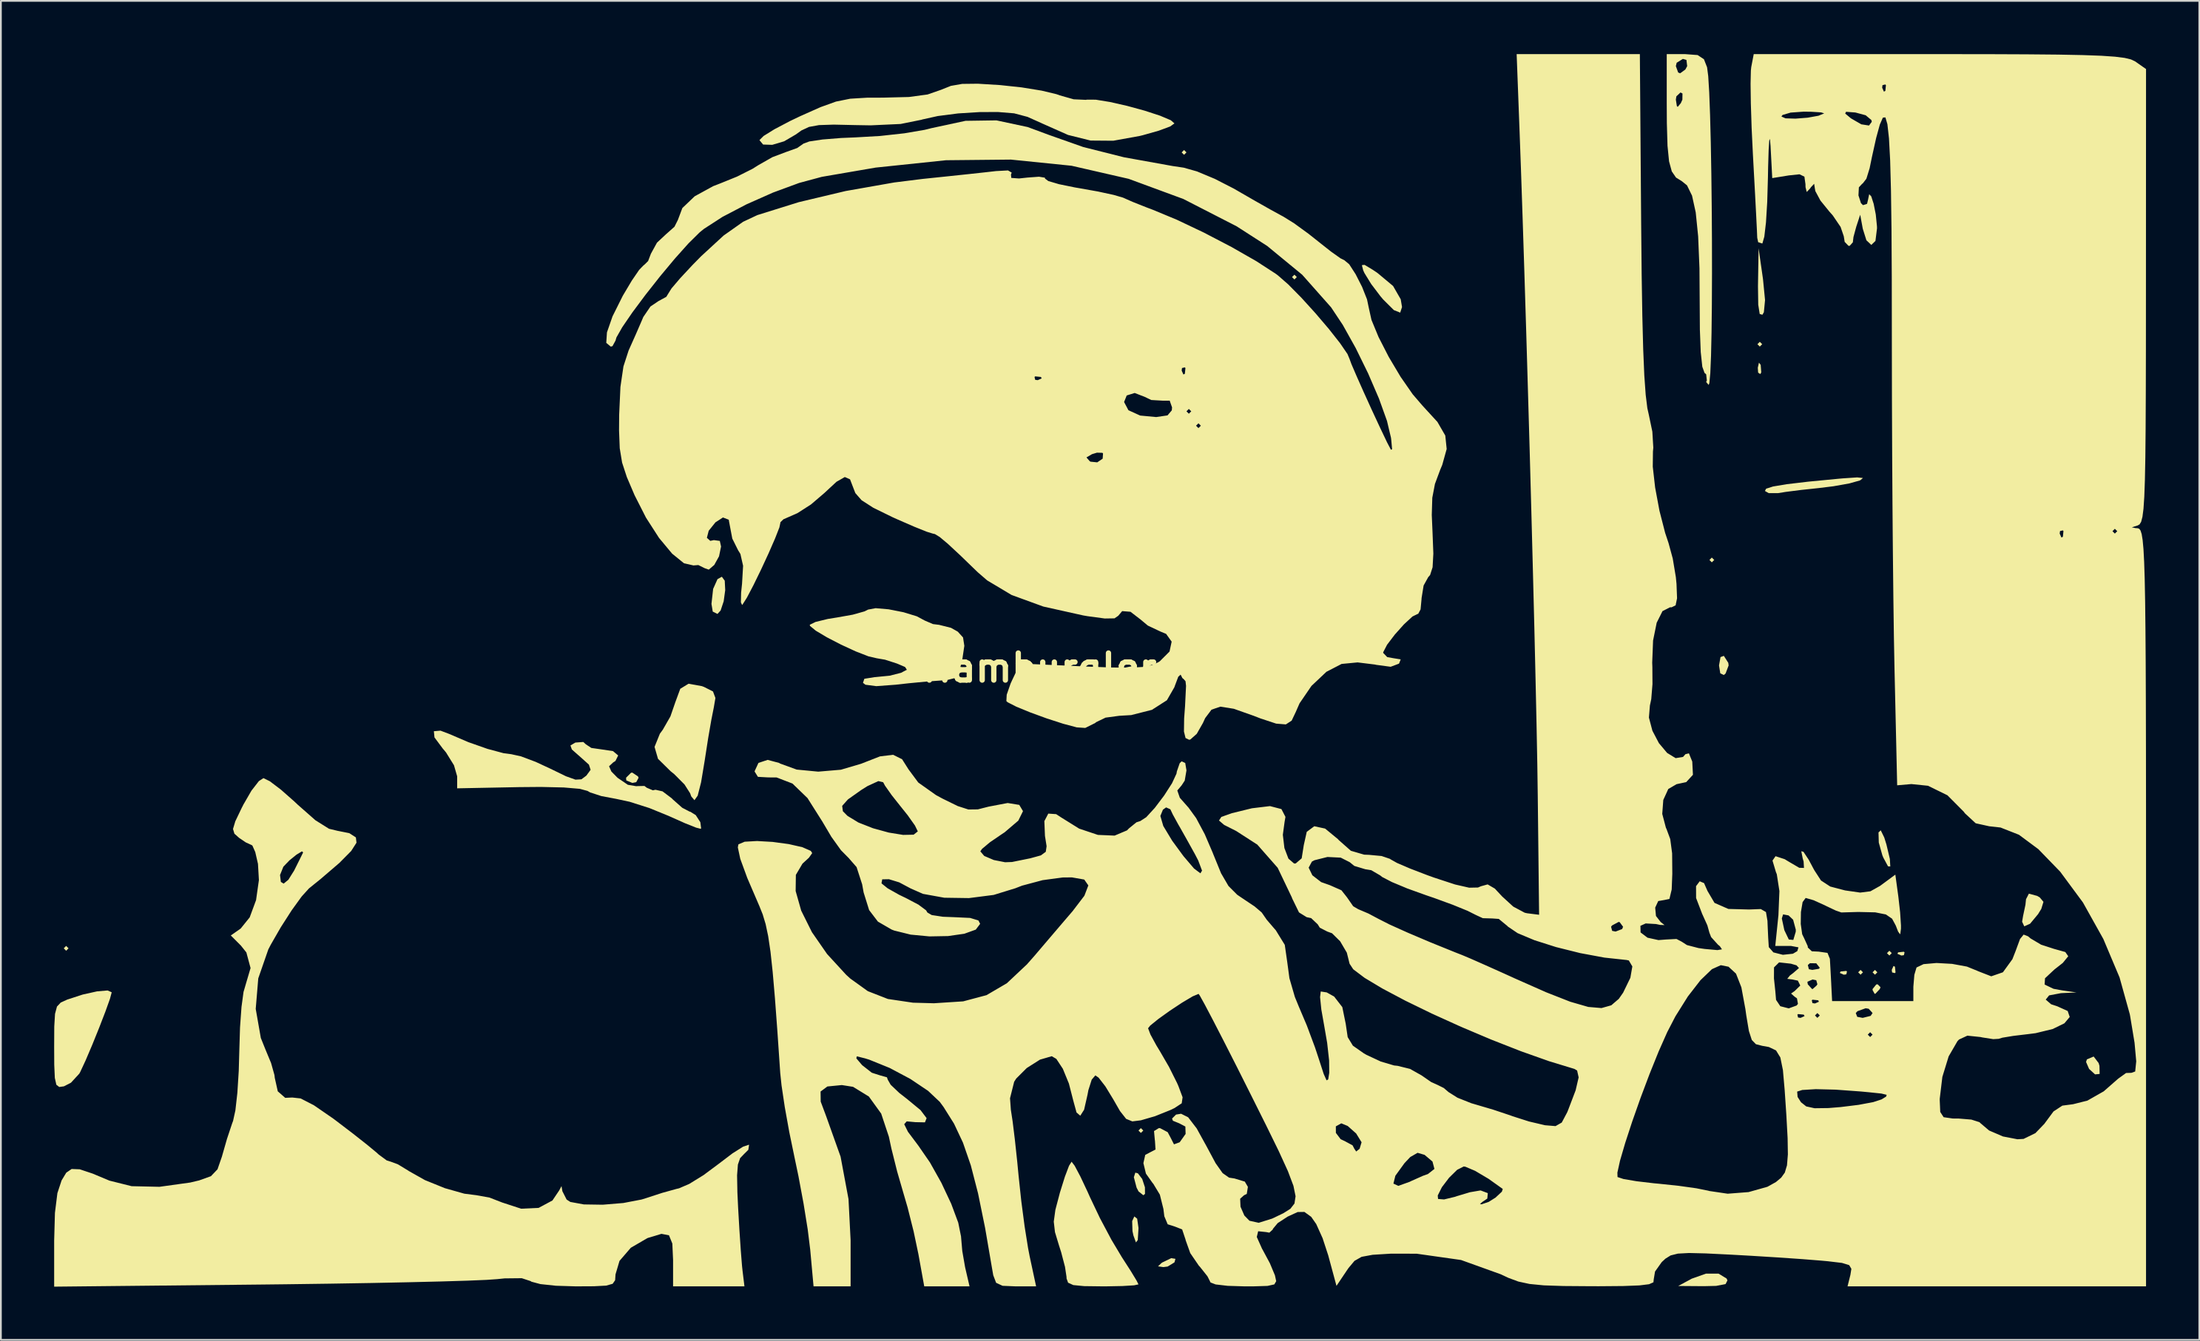
<source format=kicad_pcb>
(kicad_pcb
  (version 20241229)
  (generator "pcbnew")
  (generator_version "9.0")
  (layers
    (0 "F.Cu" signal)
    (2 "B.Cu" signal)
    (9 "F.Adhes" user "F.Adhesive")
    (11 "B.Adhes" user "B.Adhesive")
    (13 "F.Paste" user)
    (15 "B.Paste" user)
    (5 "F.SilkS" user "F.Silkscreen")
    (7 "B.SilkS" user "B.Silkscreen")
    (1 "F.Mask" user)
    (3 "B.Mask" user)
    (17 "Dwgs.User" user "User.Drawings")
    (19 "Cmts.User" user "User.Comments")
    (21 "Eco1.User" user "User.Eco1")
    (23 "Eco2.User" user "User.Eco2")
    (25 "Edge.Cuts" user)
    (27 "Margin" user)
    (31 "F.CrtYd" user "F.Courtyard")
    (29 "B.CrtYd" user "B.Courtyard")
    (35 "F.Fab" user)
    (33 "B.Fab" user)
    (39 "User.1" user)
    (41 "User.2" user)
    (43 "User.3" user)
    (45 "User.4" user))
  (footprint "Hamburgler Good"
    (layer "F.Cu")
    (at 58.906 34.587)
    (property "Reference" "Hamburgler Good" (at 0 0 0) (layer "F.SilkS") (effects (font (size 1.524 1.524) (thickness 0.3))))
    (attr board_only exclude_from_pos_files exclude_from_bom)
    (fp_poly (pts (xy -58.096 15.807) (xy -58.231 15.943) (xy -58.366 15.807) (xy -58.231 15.672)) (stroke (width 0) (type solid)) (fill yes) (layer "F.SilkS"))
    (fp_poly (pts (xy 2.432 26.076) (xy 2.297 26.211) (xy 2.162 26.076) (xy 2.297 25.94)) (stroke (width 0) (type solid)) (fill yes) (layer "F.SilkS"))
    (fp_poly (pts (xy 4.864 -29.048) (xy 4.729 -28.913) (xy 4.594 -29.048) (xy 4.729 -29.183)) (stroke (width 0) (type solid)) (fill yes) (layer "F.SilkS"))
    (fp_poly (pts (xy 11.079 -22.022) (xy 10.944 -21.887) (xy 10.809 -22.022) (xy 10.944 -22.157)) (stroke (width 0) (type solid)) (fill yes) (layer "F.SilkS"))
    (fp_poly (pts (xy 34.587 -6.08) (xy 34.452 -5.945) (xy 34.317 -6.08) (xy 34.452 -6.215)) (stroke (width 0) (type solid)) (fill yes) (layer "F.SilkS"))
    (fp_poly (pts (xy 37.289 -18.239) (xy 37.154 -18.104) (xy 37.019 -18.239) (xy 37.154 -18.374)) (stroke (width 0) (type solid)) (fill yes) (layer "F.SilkS"))
    (fp_poly (pts (xy 42.964 17.159) (xy 42.829 17.294) (xy 42.694 17.159) (xy 42.829 17.023)) (stroke (width 0) (type solid)) (fill yes) (layer "F.SilkS"))
    (fp_poly (pts (xy 43.774 17.159) (xy 43.639 17.294) (xy 43.504 17.159) (xy 43.639 17.023)) (stroke (width 0) (type solid)) (fill yes) (layer "F.SilkS"))
    (fp_poly (pts (xy 44.585 16.078) (xy 44.45 16.213) (xy 44.315 16.078) (xy 44.45 15.943)) (stroke (width 0) (type solid)) (fill yes) (layer "F.SilkS"))
    (fp_poly (pts (xy 37.204 -17.074) (xy 37.236 -16.652) (xy 37.182 -16.556) (xy 37.06 -16.637) (xy 37.04 -16.911) (xy 37.106 -17.199)) (stroke (width 0) (type solid)) (fill yes) (layer "F.SilkS"))
    (fp_poly (pts (xy 42.063 17.113) (xy 42.026 17.274) (xy 41.883 17.294) (xy 41.661 17.195) (xy 41.703 17.113) (xy 42.024 17.081)) (stroke (width 0) (type solid)) (fill yes) (layer "F.SilkS"))
    (fp_poly (pts (xy 44.765 16.843) (xy 44.798 17.164) (xy 44.765 17.204) (xy 44.605 17.166) (xy 44.585 17.023) (xy 44.684 16.801)) (stroke (width 0) (type solid)) (fill yes) (layer "F.SilkS"))
    (fp_poly (pts (xy 45.306 16.033) (xy 45.269 16.193) (xy 45.126 16.213) (xy 44.903 16.114) (xy 44.945 16.033) (xy 45.266 16)) (stroke (width 0) (type solid)) (fill yes) (layer "F.SilkS"))
    (fp_poly (pts (xy -26.029 6.115) (xy -25.992 6.195) (xy -26.123 6.441) (xy -26.346 6.485) (xy -26.682 6.348) (xy -26.699 6.195) (xy -26.42 5.915) (xy -26.346 5.904)) (stroke (width 0) (type solid)) (fill yes) (layer "F.SilkS"))
    (fp_poly (pts (xy 4.244 33.307) (xy 4.188 33.506) (xy 3.803 33.741) (xy 3.564 33.772) (xy 3.262 33.729) (xy 3.458 33.542) (xy 3.513 33.506) (xy 4.008 33.268)) (stroke (width 0) (type solid)) (fill yes) (layer "F.SilkS"))
    (fp_poly (pts (xy 35.379 -0.283) (xy 35.398 -0.135) (xy 35.227 0.318) (xy 35.128 0.405) (xy 34.928 0.308) (xy 34.857 -0.135) (xy 34.941 -0.605) (xy 35.128 -0.676)) (stroke (width 0) (type solid)) (fill yes) (layer "F.SilkS"))
    (fp_poly (pts (xy 43.952 18) (xy 43.91 18.104) (xy 43.667 18.362) (xy 43.623 18.374) (xy 43.507 18.165) (xy 43.504 18.104) (xy 43.712 17.844) (xy 43.79 17.834)) (stroke (width 0) (type solid)) (fill yes) (layer "F.SilkS"))
    (fp_poly (pts (xy 56.235 22.27) (xy 56.283 22.428) (xy 56.293 22.886) (xy 56.035 22.911) (xy 55.699 22.605) (xy 55.528 22.211) (xy 55.576 22.065) (xy 55.956 21.905)) (stroke (width 0) (type solid)) (fill yes) (layer "F.SilkS"))
    (fp_poly (pts (xy 2.088 31.045) (xy 2.161 31.551) (xy 2.162 31.599) (xy 2.122 32.249) (xy 2.019 32.382) (xy 1.876 31.987) (xy 1.824 31.744) (xy 1.806 31.18) (xy 1.928 30.917)) (stroke (width 0) (type solid)) (fill yes) (layer "F.SilkS"))
    (fp_poly (pts (xy 2.129 28.487) (xy 2.372 28.807) (xy 2.525 29.274) (xy 2.529 29.646) (xy 2.436 29.723) (xy 2.166 29.508) (xy 2.056 29.296) (xy 1.901 28.707) (xy 1.984 28.449)) (stroke (width 0) (type solid)) (fill yes) (layer "F.SilkS"))
    (fp_poly (pts (xy 35.281 34.414) (xy 35.332 34.52) (xy 35.226 34.729) (xy 34.692 34.831) (xy 34.002 34.847) (xy 32.561 34.836) (xy 33.319 34.425) (xy 34.12 34.141) (xy 34.831 34.14)) (stroke (width 0) (type solid)) (fill yes) (layer "F.SilkS"))
    (fp_poly (pts (xy 37.333 -21.911) (xy 37.449 -20.726) (xy 37.383 -20.041) (xy 37.3 -19.898) (xy 37.148 -19.942) (xy 37.066 -20.466) (xy 37.051 -21.498) (xy 37.053 -21.631) (xy 37.086 -23.644)) (stroke (width 0) (type solid)) (fill yes) (layer "F.SilkS"))
    (fp_poly (pts (xy -21.139 -4.911) (xy -21.113 -4.38) (xy -21.199 -3.751) (xy -21.371 -3.232) (xy -21.549 -3.038) (xy -21.815 -3.17) (xy -21.887 -3.603) (xy -21.793 -4.449) (xy -21.547 -4.999) (xy -21.302 -5.134)) (stroke (width 0) (type solid)) (fill yes) (layer "F.SilkS"))
    (fp_poly (pts (xy 44.162 9.559) (xy 44.286 9.958) (xy 44.478 10.769) (xy 44.503 11.194) (xy 44.376 11.188) (xy 44.116 10.706) (xy 44.057 10.568) (xy 43.855 9.848) (xy 43.839 9.276) (xy 43.965 9.157)) (stroke (width 0) (type solid)) (fill yes) (layer "F.SilkS"))
    (fp_poly (pts (xy 52.776 12.853) (xy 52.923 12.94) (xy 53.129 13.188) (xy 53.007 13.585) (xy 52.824 13.882) (xy 52.376 14.421) (xy 52.048 14.567) (xy 51.927 14.308) (xy 51.981 13.984) (xy 52.114 13.355) (xy 52.147 13.038) (xy 52.307 12.727)) (stroke (width 0) (type solid)) (fill yes) (layer "F.SilkS"))
    (fp_poly (pts (xy 15.356 -22.433) (xy 15.62 -22.255) (xy 16.501 -21.519) (xy 16.931 -20.771) (xy 17.004 -20.334) (xy 16.902 -20.018) (xy 16.544 -20.161) (xy 15.947 -20.755) (xy 15.796 -20.932) (xy 15.268 -21.63) (xy 14.888 -22.248) (xy 14.819 -22.399) (xy 14.743 -22.694) (xy 14.892 -22.711)) (stroke (width 0) (type solid)) (fill yes) (layer "F.SilkS"))
    (fp_poly (pts (xy 42.964 -10.699) (xy 42.818 -10.575) (xy 42.78 -10.557) (xy 42.2 -10.394) (xy 41.299 -10.233) (xy 40.483 -10.133) (xy 39.481 -10.025) (xy 38.624 -9.917) (xy 38.184 -9.846) (xy 37.657 -9.845) (xy 37.444 -9.966) (xy 37.508 -10.095) (xy 37.899 -10.22) (xy 38.67 -10.349) (xy 39.87 -10.491) (xy 41.552 -10.653) (xy 41.815 -10.677) (xy 42.64 -10.732)) (stroke (width 0) (type solid)) (fill yes) (layer "F.SilkS"))
    (fp_poly (pts (xy -55.665 18.284) (xy -55.665 18.285) (xy -55.763 18.652) (xy -56.018 19.366) (xy -56.371 20.281) (xy -56.762 21.249) (xy -57.134 22.123) (xy -57.427 22.754) (xy -57.487 22.867) (xy -57.96 23.381) (xy -58.357 23.585) (xy -58.62 23.621) (xy -58.782 23.496) (xy -58.868 23.112) (xy -58.901 22.371) (xy -58.906 21.354) (xy -58.9 20.216) (xy -58.857 19.5) (xy -58.747 19.088) (xy -58.534 18.862) (xy -58.187 18.704) (xy -58.163 18.694) (xy -57.297 18.412) (xy -56.492 18.233) (xy -55.898 18.182)) (stroke (width 0) (type solid)) (fill yes) (layer "F.SilkS"))
    (fp_poly (pts (xy -22.427 1.031) (xy -22.307 1.076) (xy -21.801 1.332) (xy -21.665 1.698) (xy -21.756 2.235) (xy -21.895 2.935) (xy -22.072 3.958) (xy -22.248 5.093) (xy -22.261 5.181) (xy -22.472 6.451) (xy -22.663 7.203) (xy -22.845 7.46) (xy -23.027 7.243) (xy -23.089 7.07) (xy -23.405 6.574) (xy -23.985 5.99) (xy -24.195 5.82) (xy -24.899 5.126) (xy -25.093 4.455) (xy -24.793 3.713) (xy -24.625 3.482) (xy -24.2 2.74) (xy -23.924 1.941) (xy -23.644 1.18) (xy -23.179 0.896)) (stroke (width 0) (type solid)) (fill yes) (layer "F.SilkS"))
    (fp_poly (pts (xy -1.432 28.061) (xy -1.109 28.67) (xy -0.699 29.541) (xy -0.577 29.816) (xy -0.009 31.011) (xy 0.641 32.235) (xy 1.228 33.217) (xy 1.714 33.971) (xy 2.051 34.526) (xy 2.162 34.746) (xy 1.914 34.799) (xy 1.257 34.839) (xy 0.324 34.857) (xy 0.135 34.857) (xy -0.902 34.844) (xy -1.51 34.785) (xy -1.802 34.651) (xy -1.889 34.413) (xy -1.891 34.326) (xy -1.976 33.76) (xy -2.191 32.938) (xy -2.32 32.534) (xy -2.541 31.802) (xy -2.609 31.21) (xy -2.518 30.543) (xy -2.265 29.583) (xy -2.256 29.552) (xy -1.984 28.681) (xy -1.75 28.062) (xy -1.606 27.832)) (stroke (width 0) (type solid)) (fill yes) (layer "F.SilkS"))
    (fp_poly (pts (xy -11.911 -3.299) (xy -11.07 -3.133) (xy -10.319 -2.903) (xy -9.876 -2.665) (xy -9.411 -2.466) (xy -9.066 -2.423) (xy -8.397 -2.255) (xy -8.018 -2.041) (xy -7.719 -1.713) (xy -7.646 -1.242) (xy -7.756 -0.499) (xy -7.935 0.231) (xy -8.185 0.578) (xy -8.654 0.695) (xy -8.925 0.711) (xy -9.72 0.768) (xy -10.775 0.869) (xy -11.515 0.951) (xy -12.605 1.032) (xy -13.215 0.952) (xy -13.354 0.845) (xy -13.277 0.616) (xy -12.683 0.522) (xy -12.648 0.521) (xy -11.845 0.441) (xy -11.214 0.281) (xy -10.884 0.109) (xy -10.981 -0.045) (xy -11.434 -0.24) (xy -12.111 -0.459) (xy -12.582 -0.54) (xy -13.048 -0.649) (xy -13.763 -0.927) (xy -14.587 -1.307) (xy -15.383 -1.719) (xy -16.013 -2.094) (xy -16.338 -2.363) (xy -16.351 -2.428) (xy -16.025 -2.587) (xy -15.339 -2.754) (xy -14.794 -2.842) (xy -13.93 -2.996) (xy -13.274 -3.18) (xy -13.065 -3.283) (xy -12.643 -3.362)) (stroke (width 0) (type solid)) (fill yes) (layer "F.SilkS"))
    (fp_poly (pts (xy -5.629 -32.842) (xy -4.412 -32.711) (xy -3.291 -32.529) (xy -2.456 -32.329) (xy -2.275 -32.264) (xy -1.489 -32.041) (xy -0.8 -32.01) (xy -0.741 -32.022) (xy -0.241 -32.019) (xy 0.562 -31.888) (xy 1.527 -31.669) (xy 2.513 -31.399) (xy 3.379 -31.116) (xy 3.984 -30.86) (xy 4.188 -30.682) (xy 3.946 -30.51) (xy 3.305 -30.272) (xy 2.396 -30.015) (xy 2.236 -29.976) (xy 0.743 -29.706) (xy -0.535 -29.716) (xy -1.804 -30.032) (xy -3.268 -30.682) (xy -3.281 -30.689) (xy -4.085 -31.05) (xy -4.841 -31.25) (xy -5.754 -31.325) (xy -6.793 -31.32) (xy -7.996 -31.245) (xy -9.144 -31.097) (xy -10.004 -30.906) (xy -10.063 -30.887) (xy -11.236 -30.65) (xy -12.921 -30.573) (xy -13.764 -30.587) (xy -15 -30.614) (xy -15.831 -30.587) (xy -16.392 -30.485) (xy -16.818 -30.287) (xy -17.133 -30.061) (xy -17.794 -29.674) (xy -18.463 -29.475) (xy -18.98 -29.491) (xy -19.185 -29.741) (xy -18.955 -29.972) (xy -18.339 -30.354) (xy -17.445 -30.824) (xy -16.89 -31.089) (xy -15.745 -31.599) (xy -14.876 -31.912) (xy -14.073 -32.074) (xy -13.13 -32.131) (xy -12.229 -32.134) (xy -10.763 -32.171) (xy -9.711 -32.314) (xy -8.958 -32.576) (xy -8.404 -32.798) (xy -7.764 -32.909) (xy -6.887 -32.919)) (stroke (width 0) (type solid)) (fill yes) (layer "F.SilkS"))
    (fp_poly (pts (xy 33.653 -34.534) (xy 34.008 -34.298) (xy 34.185 -33.844) (xy 34.249 -33.35) (xy 34.305 -32.429) (xy 34.353 -31.159) (xy 34.393 -29.615) (xy 34.424 -27.875) (xy 34.446 -26.014) (xy 34.459 -24.11) (xy 34.462 -22.238) (xy 34.454 -20.475) (xy 34.436 -18.899) (xy 34.407 -17.584) (xy 34.366 -16.608) (xy 34.313 -16.048) (xy 34.274 -15.943) (xy 34.133 -16.107) (xy 34.17 -16.194) (xy 34.134 -16.54) (xy 34.041 -16.622) (xy 33.916 -16.97) (xy 33.827 -17.8) (xy 33.779 -19.055) (xy 33.771 -20.221) (xy 33.756 -22.516) (xy 33.682 -24.317) (xy 33.545 -25.667) (xy 33.338 -26.61) (xy 33.055 -27.189) (xy 32.771 -27.42) (xy 32.434 -27.631) (xy 32.197 -27.977) (xy 32.043 -28.545) (xy 31.956 -29.422) (xy 31.919 -30.693) (xy 31.913 -31.818) (xy 31.913 -32.02) (xy 32.426 -32.02) (xy 32.483 -31.66) (xy 32.532 -31.615) (xy 32.706 -31.826) (xy 32.793 -32.02) (xy 32.799 -32.368) (xy 32.687 -32.426) (xy 32.455 -32.207) (xy 32.426 -32.02) (xy 31.913 -32.02) (xy 31.913 -33.912) (xy 32.426 -33.912) (xy 32.556 -33.552) (xy 32.667 -33.506) (xy 32.962 -33.721) (xy 33.064 -33.912) (xy 33.022 -34.26) (xy 32.822 -34.317) (xy 32.472 -34.101) (xy 32.426 -33.912) (xy 31.913 -33.912) (xy 31.913 -34.587) (xy 32.95 -34.587)) (stroke (width 0) (type solid)) (fill yes) (layer "F.SilkS"))
    (fp_poly (pts (xy -36.655 3.726) (xy -35.581 4.187) (xy -34.499 4.568) (xy -33.592 4.811) (xy -33.163 4.867) (xy -32.615 4.988) (xy -31.785 5.3) (xy -30.956 5.685) (xy -30.082 6.11) (xy -29.546 6.301) (xy -29.211 6.282) (xy -28.942 6.081) (xy -28.929 6.068) (xy -28.694 5.747) (xy -28.79 5.454) (xy -29.273 5.02) (xy -29.275 5.019) (xy -29.75 4.6) (xy -29.829 4.373) (xy -29.553 4.212) (xy -29.55 4.211) (xy -29.105 4.178) (xy -28.963 4.308) (xy -28.654 4.514) (xy -28.096 4.594) (xy -27.432 4.693) (xy -27.141 4.938) (xy -27.295 5.248) (xy -27.427 5.334) (xy -27.654 5.547) (xy -27.524 5.843) (xy -27.177 6.196) (xy -26.597 6.591) (xy -26.115 6.672) (xy -26.098 6.666) (xy -25.661 6.656) (xy -25.535 6.755) (xy -25.188 6.902) (xy -25.041 6.871) (xy -24.643 6.961) (xy -24.123 7.354) (xy -24.056 7.423) (xy -23.533 7.886) (xy -23.115 8.104) (xy -23.085 8.106) (xy -22.773 8.299) (xy -22.514 8.699) (xy -22.47 9.042) (xy -22.492 9.072) (xy -22.755 9.005) (xy -23.376 8.757) (xy -24.224 8.379) (xy -24.294 8.347) (xy -25.386 7.901) (xy -26.496 7.548) (xy -27.263 7.383) (xy -28.092 7.226) (xy -28.721 7.021) (xy -28.867 6.937) (xy -29.299 6.819) (xy -30.2 6.742) (xy -31.498 6.712) (xy -32.717 6.722) (xy -36.209 6.79) (xy -36.209 6.114) (xy -36.388 5.492) (xy -36.84 4.763) (xy -37.024 4.544) (xy -37.487 3.921) (xy -37.521 3.572) (xy -37.147 3.54)) (stroke (width 0) (type solid)) (fill yes) (layer "F.SilkS"))
    (fp_poly (pts (xy -46.76 6.392) (xy -46.14 6.861) (xy -45.381 7.53) (xy -45.201 7.701) (xy -44.192 8.59) (xy -43.426 9.07) (xy -42.937 9.187) (xy -42.282 9.318) (xy -41.913 9.557) (xy -41.879 9.855) (xy -42.176 10.32) (xy -42.839 10.991) (xy -43.902 11.903) (xy -44.554 12.43) (xy -44.966 12.885) (xy -45.53 13.666) (xy -46.142 14.62) (xy -46.703 15.596) (xy -46.844 15.866) (xy -47.411 17.501) (xy -47.554 19.22) (xy -47.267 20.858) (xy -47.017 21.482) (xy -46.688 22.275) (xy -46.499 22.95) (xy -46.482 23.103) (xy -46.312 23.866) (xy -45.893 24.233) (xy -45.493 24.215) (xy -45.026 24.267) (xy -44.275 24.654) (xy -43.194 25.399) (xy -43.004 25.542) (xy -42.076 26.25) (xy -41.282 26.876) (xy -40.745 27.32) (xy -40.624 27.431) (xy -40.175 27.761) (xy -39.946 27.832) (xy -39.552 27.977) (xy -38.972 28.329) (xy -38.931 28.358) (xy -38.025 28.869) (xy -36.903 29.324) (xy -35.807 29.634) (xy -35.128 29.721) (xy -34.393 29.852) (xy -33.678 30.13) (xy -32.608 30.481) (xy -31.621 30.435) (xy -30.844 30.018) (xy -30.464 29.453) (xy -30.332 29.207) (xy -30.285 29.486) (xy -30.285 29.492) (xy -30.044 29.966) (xy -29.836 30.1) (xy -29.076 30.24) (xy -28.009 30.256) (xy -26.851 30.16) (xy -25.821 29.963) (xy -25.544 29.877) (xy -24.659 29.588) (xy -23.852 29.364) (xy -23.717 29.333) (xy -23.139 29.085) (xy -22.332 28.587) (xy -21.469 27.945) (xy -21.465 27.941) (xy -20.705 27.364) (xy -20.106 26.985) (xy -19.785 26.877) (xy -19.77 26.886) (xy -19.811 27.161) (xy -20.059 27.408) (xy -20.273 27.631) (xy -20.398 27.992) (xy -20.445 28.599) (xy -20.427 29.564) (xy -20.386 30.425) (xy -20.313 31.681) (xy -20.236 32.828) (xy -20.167 33.695) (xy -20.137 33.979) (xy -20.03 34.857) (xy -24.049 34.857) (xy -24.049 33.371) (xy -24.091 32.445) (xy -24.28 31.979) (xy -24.704 31.898) (xy -25.456 32.125) (xy -25.507 32.145) (xy -26.429 32.682) (xy -27.066 33.422) (xy -27.291 34.182) (xy -27.313 34.512) (xy -27.451 34.712) (xy -27.813 34.815) (xy -28.507 34.852) (xy -29.534 34.857) (xy -30.644 34.823) (xy -31.521 34.73) (xy -32.026 34.595) (xy -32.074 34.561) (xy -32.571 34.398) (xy -33.538 34.408) (xy -33.952 34.45) (xy -34.558 34.492) (xy -35.639 34.537) (xy -37.13 34.582) (xy -38.964 34.626) (xy -41.078 34.669) (xy -43.406 34.707) (xy -45.881 34.74) (xy -47.22 34.755) (xy -58.906 34.874) (xy -58.906 32.285) (xy -58.862 30.716) (xy -58.724 29.605) (xy -58.487 28.886) (xy -58.224 28.451) (xy -57.921 28.243) (xy -57.463 28.261) (xy -56.732 28.505) (xy -55.794 28.899) (xy -54.541 29.212) (xy -52.974 29.247) (xy -51.242 29.006) (xy -50.741 28.887) (xy -50.077 28.649) (xy -49.706 28.26) (xy -49.454 27.533) (xy -49.442 27.486) (xy -49.173 26.548) (xy -48.884 25.679) (xy -48.83 25.535) (xy -48.699 24.94) (xy -48.588 23.952) (xy -48.51 22.716) (xy -48.479 21.604) (xy -48.438 20.265) (xy -48.355 19.11) (xy -48.241 18.267) (xy -48.136 17.906) (xy -47.845 16.918) (xy -48.081 16.039) (xy -48.393 15.648) (xy -48.958 15.082) (xy -48.401 14.692) (xy -47.894 14.063) (xy -47.535 13.09) (xy -47.375 11.962) (xy -47.391 11.676) (xy -46.185 11.676) (xy -46.138 12.065) (xy -45.982 12.16) (xy -45.716 11.943) (xy -45.39 11.423) (xy -45.387 11.416) (xy -45.079 10.799) (xy -44.884 10.403) (xy -44.949 10.341) (xy -45.258 10.528) (xy -45.655 10.85) (xy -45.984 11.193) (xy -46 11.214) (xy -46.185 11.676) (xy -47.391 11.676) (xy -47.427 11.048) (xy -47.58 10.382) (xy -47.743 10.014) (xy -47.784 9.989) (xy -48.116 9.836) (xy -48.482 9.588) (xy -48.754 9.348) (xy -48.834 9.082) (xy -48.704 8.648) (xy -48.348 7.904) (xy -48.247 7.705) (xy -47.795 6.922) (xy -47.376 6.382) (xy -47.12 6.215)) (stroke (width 0) (type solid)) (fill yes) (layer "F.SilkS"))
    (fp_poly (pts (xy -4.078 -30.477) (xy -2.877 -30.032) (xy -0.952 -29.352) (xy 1.343 -28.774) (xy 4.086 -28.28) (xy 4.709 -28.188) (xy 5.458 -27.976) (xy 6.462 -27.556) (xy 7.523 -27.012) (xy 7.681 -26.921) (xy 8.682 -26.343) (xy 9.591 -25.828) (xy 10.237 -25.474) (xy 10.315 -25.433) (xy 10.924 -25.054) (xy 11.729 -24.469) (xy 12.303 -24.014) (xy 13.002 -23.461) (xy 13.537 -23.081) (xy 13.761 -22.968) (xy 14.03 -22.743) (xy 14.391 -22.184) (xy 14.755 -21.468) (xy 15.032 -20.769) (xy 15.132 -20.29) (xy 15.283 -19.61) (xy 15.683 -18.641) (xy 16.255 -17.525) (xy 16.922 -16.403) (xy 17.606 -15.417) (xy 18.149 -14.785) (xy 18.998 -13.859) (xy 19.441 -13.09) (xy 19.519 -12.334) (xy 19.271 -11.442) (xy 19.15 -11.15) (xy 18.858 -10.364) (xy 18.709 -9.585) (xy 18.68 -8.616) (xy 18.722 -7.641) (xy 18.768 -6.439) (xy 18.726 -5.67) (xy 18.586 -5.233) (xy 18.479 -5.109) (xy 18.22 -4.64) (xy 18.105 -3.927) (xy 18.104 -3.885) (xy 18.049 -3.294) (xy 17.913 -3.038) (xy 17.888 -3.04) (xy 17.593 -2.894) (xy 17.119 -2.457) (xy 16.599 -1.876) (xy 16.164 -1.304) (xy 15.948 -0.888) (xy 15.943 -0.843) (xy 16.171 -0.605) (xy 16.537 -0.54) (xy 16.93 -0.477) (xy 16.841 -0.251) (xy 16.824 -0.233) (xy 16.365 -0.06) (xy 15.55 -0.169) (xy 15.487 -0.185) (xy 14.501 -0.306) (xy 13.601 -0.22) (xy 12.746 0.223) (xy 11.904 1.019) (xy 11.234 1.999) (xy 11.016 2.496) (xy 10.789 2.975) (xy 10.461 3.188) (xy 9.917 3.144) (xy 9.039 2.854) (xy 8.647 2.702) (xy 7.529 2.307) (xy 6.775 2.187) (xy 6.275 2.357) (xy 5.918 2.832) (xy 5.792 3.107) (xy 5.443 3.72) (xy 5.081 4.04) (xy 5.011 4.053) (xy 4.812 3.955) (xy 4.723 3.59) (xy 4.733 2.858) (xy 4.784 2.162) (xy 4.84 1.018) (xy 4.772 0.395) (xy 4.654 0.27) (xy 4.402 0.504) (xy 4.191 1.067) (xy 4.187 1.087) (xy 3.763 1.825) (xy 2.918 2.367) (xy 1.751 2.663) (xy 1.081 2.702) (xy 0.307 2.806) (xy -0.23 3.065) (xy -0.268 3.105) (xy -0.836 3.387) (xy -1.314 3.355) (xy -2.079 3.151) (xy -3.004 2.851) (xy -3.935 2.511) (xy -4.719 2.189) (xy -5.203 1.942) (xy -5.279 1.875) (xy -5.259 1.514) (xy -5.042 0.889) (xy -4.96 0.708) (xy -4.507 -0.243) (xy -0.917 -0.08) (xy 0.59 -0.021) (xy 1.662 -0.009) (xy 2.398 -0.049) (xy 2.902 -0.149) (xy 3.276 -0.316) (xy 3.363 -0.371) (xy 3.911 -0.919) (xy 4.03 -1.477) (xy 3.718 -1.914) (xy 3.398 -2.046) (xy 2.69 -2.381) (xy 2.275 -2.726) (xy 1.714 -3.159) (xy 1.244 -3.197) (xy 1.023 -2.935) (xy 0.811 -2.789) (xy 0.263 -2.781) (xy -0.708 -2.912) (xy -0.949 -2.953) (xy -3.197 -3.454) (xy -4.98 -4.104) (xy -6.358 -4.927) (xy -6.888 -5.385) (xy -7.89 -6.354) (xy -8.581 -6.996) (xy -9.03 -7.372) (xy -9.305 -7.54) (xy -9.424 -7.566) (xy -9.765 -7.671) (xy -10.463 -7.952) (xy -11.386 -8.354) (xy -11.686 -8.489) (xy -12.766 -9.017) (xy -13.432 -9.445) (xy -13.784 -9.848) (xy -13.886 -10.11) (xy -14.083 -10.624) (xy -14.377 -10.754) (xy -14.847 -10.485) (xy -15.536 -9.846) (xy -16.281 -9.209) (xy -17.042 -8.72) (xy -17.315 -8.599) (xy -17.836 -8.371) (xy -18.012 -8.197) (xy -18.004 -8.186) (xy -18.062 -7.913) (xy -18.305 -7.291) (xy -18.671 -6.452) (xy -19.099 -5.527) (xy -19.527 -4.65) (xy -19.894 -3.951) (xy -20.14 -3.564) (xy -20.16 -3.543) (xy -20.23 -3.685) (xy -20.218 -4.228) (xy -20.165 -4.742) (xy -20.106 -5.752) (xy -20.257 -6.416) (xy -20.39 -6.633) (xy -20.714 -7.284) (xy -20.798 -7.724) (xy -20.915 -8.348) (xy -21.24 -8.474) (xy -21.663 -8.2) (xy -22.043 -7.725) (xy -22.145 -7.328) (xy -21.955 -7.156) (xy -21.752 -7.198) (xy -21.417 -7.153) (xy -21.347 -6.836) (xy -21.461 -6.285) (xy -21.729 -5.8) (xy -22.037 -5.535) (xy -22.252 -5.608) (xy -22.627 -5.793) (xy -22.901 -5.771) (xy -23.434 -5.892) (xy -24.102 -6.435) (xy -24.838 -7.319) (xy -25.575 -8.464) (xy -26.217 -9.728) (xy -26.654 -10.752) (xy -26.92 -11.566) (xy -26.968 -11.858) (xy -0.768 -11.858) (xy -0.584 -11.646) (xy -0.54 -11.619) (xy -0.161 -11.581) (xy 0.145 -11.788) (xy 0.165 -12.079) (xy 0.132 -12.118) (xy -0.175 -12.126) (xy -0.454 -12.043) (xy -0.768 -11.858) (xy -26.968 -11.858) (xy -27.053 -12.374) (xy -27.092 -13.379) (xy -27.09 -13.646) (xy 5.404 -13.646) (xy 5.539 -13.511) (xy 5.674 -13.646) (xy 5.539 -13.781) (xy 5.404 -13.646) (xy -27.09 -13.646) (xy -27.085 -14.278) (xy -27.053 -14.981) (xy 1.351 -14.981) (xy 1.596 -14.518) (xy 2.256 -14.218) (xy 3.159 -14.133) (xy 3.797 -14.227) (xy 3.991 -14.456) (xy 4.864 -14.456) (xy 4.999 -14.321) (xy 5.134 -14.456) (xy 4.999 -14.591) (xy 4.864 -14.456) (xy 3.991 -14.456) (xy 4.038 -14.511) (xy 4.053 -14.677) (xy 3.919 -15.058) (xy 3.525 -15.057) (xy 2.883 -15.094) (xy 2.523 -15.266) (xy 1.95 -15.49) (xy 1.5 -15.351) (xy 1.351 -14.981) (xy -27.053 -14.981) (xy -27.014 -15.832) (xy -26.932 -16.393) (xy -3.693 -16.393) (xy -3.656 -16.232) (xy -3.513 -16.213) (xy -3.29 -16.312) (xy -3.333 -16.393) (xy -3.653 -16.425) (xy -3.693 -16.393) (xy -26.932 -16.393) (xy -26.879 -16.753) (xy 4.594 -16.753) (xy 4.692 -16.531) (xy 4.774 -16.573) (xy 4.806 -16.894) (xy 4.774 -16.933) (xy 4.613 -16.896) (xy 4.594 -16.753) (xy -26.879 -16.753) (xy -26.844 -16.988) (xy -26.555 -17.881) (xy -26.535 -17.926) (xy -26.146 -18.798) (xy -25.802 -19.592) (xy -25.728 -19.77) (xy -25.324 -20.363) (xy -24.876 -20.666) (xy -24.431 -20.908) (xy -24.319 -21.093) (xy -24.139 -21.381) (xy -23.656 -21.949) (xy -22.954 -22.703) (xy -22.478 -23.188) (xy -21.203 -24.363) (xy -20.104 -25.139) (xy -19.303 -25.515) (xy -16.973 -26.243) (xy -14.328 -26.872) (xy -11.592 -27.354) (xy -9.998 -27.553) (xy -8.643 -27.694) (xy -7.383 -27.827) (xy -6.375 -27.937) (xy -5.856 -27.996) (xy -5.187 -28.032) (xy -4.978 -27.91) (xy -5.019 -27.8) (xy -5.001 -27.61) (xy -4.566 -27.579) (xy -4.094 -27.63) (xy -3.44 -27.678) (xy -3.109 -27.623) (xy -3.101 -27.572) (xy -2.918 -27.435) (xy -2.319 -27.258) (xy -1.421 -27.074) (xy -1.162 -27.03) (xy -0.114 -26.843) (xy 0.759 -26.654) (xy 1.29 -26.5) (xy 1.331 -26.481) (xy 1.833 -26.26) (xy 2.607 -25.952) (xy 2.972 -25.814) (xy 4.313 -25.257) (xy 5.843 -24.53) (xy 7.394 -23.721) (xy 8.799 -22.918) (xy 9.892 -22.208) (xy 10.014 -22.118) (xy 10.598 -21.607) (xy 11.331 -20.864) (xy 12.121 -19.994) (xy 12.879 -19.104) (xy 13.512 -18.3) (xy 13.931 -17.688) (xy 14.051 -17.402) (xy 14.156 -17.116) (xy 14.435 -16.466) (xy 14.83 -15.576) (xy 15.285 -14.574) (xy 15.745 -13.583) (xy 16.152 -12.728) (xy 16.166 -12.7) (xy 16.38 -12.29) (xy 16.445 -12.319) (xy 16.399 -12.831) (xy 16.382 -12.97) (xy 16.157 -13.918) (xy 15.706 -15.174) (xy 15.096 -16.591) (xy 14.394 -18.024) (xy 13.668 -19.326) (xy 13.009 -20.318) (xy 11.384 -22.152) (xy 9.409 -23.777) (xy 7.69 -24.883) (xy 4.692 -26.422) (xy 1.611 -27.558) (xy -1.608 -28.296) (xy -5.019 -28.643) (xy -8.678 -28.607) (xy -12.64 -28.192) (xy -15.672 -27.671) (xy -16.949 -27.327) (xy -18.417 -26.786) (xy -19.912 -26.123) (xy -21.266 -25.415) (xy -22.313 -24.737) (xy -22.55 -24.544) (xy -23.177 -23.925) (xy -23.946 -23.065) (xy -24.78 -22.065) (xy -25.602 -21.022) (xy -26.338 -20.034) (xy -26.909 -19.2) (xy -27.24 -18.619) (xy -27.291 -18.442) (xy -27.462 -18.128) (xy -27.562 -18.104) (xy -27.812 -18.316) (xy -27.773 -18.906) (xy -27.459 -19.81) (xy -26.886 -20.959) (xy -26.873 -20.983) (xy -26.376 -21.819) (xy -25.959 -22.429) (xy -25.702 -22.695) (xy -25.686 -22.698) (xy -25.455 -22.926) (xy -25.297 -23.34) (xy -24.956 -23.961) (xy -24.457 -24.427) (xy -23.971 -24.859) (xy -23.779 -25.241) (xy -23.527 -25.912) (xy -22.832 -26.575) (xy -21.789 -27.147) (xy -21.411 -27.293) (xy -20.45 -27.683) (xy -19.577 -28.122) (xy -19.241 -28.333) (xy -18.453 -28.781) (xy -17.682 -29.072) (xy -17.057 -29.296) (xy -16.708 -29.542) (xy -16.377 -29.665) (xy -15.63 -29.776) (xy -14.589 -29.86) (xy -13.779 -29.894) (xy -12.392 -29.974) (xy -11.02 -30.125) (xy -9.879 -30.32) (xy -9.501 -30.414) (xy -7.578 -30.828) (xy -5.837 -30.853)) (stroke (width 0) (type solid)) (fill yes) (layer "F.SilkS"))
    (fp_poly (pts (xy 49.96 -34.585) (xy 52.173 -34.576) (xy 53.948 -34.56) (xy 55.337 -34.533) (xy 56.39 -34.495) (xy 57.161 -34.442) (xy 57.699 -34.374) (xy 58.056 -34.288) (xy 58.283 -34.182) (xy 58.306 -34.167) (xy 58.906 -33.746) (xy 58.901 -20.945) (xy 58.899 -17.976) (xy 58.893 -15.502) (xy 58.883 -13.477) (xy 58.867 -11.857) (xy 58.842 -10.596) (xy 58.808 -9.648) (xy 58.763 -8.968) (xy 58.704 -8.511) (xy 58.631 -8.232) (xy 58.542 -8.084) (xy 58.434 -8.023) (xy 58.428 -8.021) (xy 58.104 -7.919) (xy 58.307 -7.876) (xy 58.434 -7.868) (xy 58.52 -7.839) (xy 58.595 -7.741) (xy 58.66 -7.54) (xy 58.715 -7.2) (xy 58.762 -6.687) (xy 58.8 -5.966) (xy 58.831 -5) (xy 58.855 -3.757) (xy 58.873 -2.2) (xy 58.887 -0.295) (xy 58.896 1.994) (xy 58.902 4.7) (xy 58.905 7.86) (xy 58.906 11.508) (xy 58.906 13.511) (xy 58.906 34.857) (xy 42.095 34.857) (xy 42.256 34.213) (xy 42.311 33.87) (xy 42.189 33.662) (xy 41.781 33.536) (xy 40.979 33.441) (xy 40.597 33.406) (xy 39.567 33.324) (xy 38.193 33.229) (xy 36.674 33.135) (xy 35.501 33.069) (xy 34.116 33.001) (xy 33.164 32.978) (xy 32.539 33.012) (xy 32.132 33.114) (xy 31.839 33.297) (xy 31.629 33.492) (xy 31.253 34.023) (xy 31.179 34.469) (xy 31.18 34.473) (xy 31.162 34.629) (xy 30.917 34.737) (xy 30.373 34.804) (xy 29.457 34.839) (xy 28.094 34.85) (xy 27.621 34.849) (xy 26.095 34.838) (xy 24.989 34.801) (xy 24.184 34.722) (xy 23.558 34.587) (xy 22.994 34.378) (xy 22.563 34.176) (xy 20.329 33.372) (xy 17.827 33.017) (xy 16.357 33.016) (xy 15.351 33.078) (xy 14.727 33.193) (xy 14.327 33.421) (xy 13.991 33.823) (xy 13.894 33.965) (xy 13.313 34.83) (xy 12.847 33.107) (xy 12.531 32.142) (xy 12.173 31.347) (xy 11.889 30.939) (xy 11.507 30.663) (xy 11.126 30.669) (xy 10.563 30.927) (xy 10.002 31.293) (xy 9.732 31.618) (xy 9.728 31.651) (xy 9.533 31.831) (xy 9.349 31.798) (xy 8.902 31.751) (xy 8.825 32.075) (xy 9.123 32.742) (xy 9.16 32.805) (xy 9.562 33.555) (xy 9.842 34.224) (xy 9.85 34.249) (xy 9.918 34.566) (xy 9.813 34.747) (xy 9.428 34.832) (xy 8.658 34.856) (xy 8.125 34.857) (xy 7.187 34.828) (xy 6.506 34.749) (xy 6.217 34.638) (xy 6.215 34.627) (xy 6.047 34.292) (xy 5.635 33.772) (xy 5.558 33.687) (xy 5.078 32.984) (xy 4.818 32.257) (xy 4.815 32.229) (xy 4.62 31.647) (xy 4.188 31.48) (xy 3.806 31.359) (xy 3.617 30.908) (xy 3.566 30.495) (xy 3.365 29.687) (xy 2.988 29.064) (xy 2.958 29.035) (xy 2.581 28.502) (xy 2.439 27.913) (xy 2.542 27.45) (xy 2.842 27.291) (xy 3.121 27.146) (xy 3.089 26.641) (xy 3.083 26.616) (xy 3.037 26.106) (xy 3.301 25.943) (xy 3.374 25.94) (xy 3.806 26.168) (xy 3.976 26.487) (xy 4.161 26.854) (xy 4.471 26.741) (xy 4.492 26.724) (xy 4.816 26.267) (xy 4.802 25.85) (xy 4.459 25.67) (xy 4.099 25.524) (xy 4.053 25.4) (xy 4.278 25.176) (xy 4.562 25.13) (xy 4.959 25.329) (xy 5.44 25.957) (xy 5.99 26.954) (xy 6.506 27.917) (xy 6.902 28.477) (xy 7.264 28.73) (xy 7.57 28.778) (xy 8.15 28.954) (xy 8.324 29.251) (xy 8.261 29.646) (xy 8.107 29.723) (xy 7.888 29.919) (xy 7.908 30.369) (xy 8.124 30.865) (xy 8.412 31.16) (xy 8.933 31.275) (xy 9.688 31.039) (xy 9.794 30.99) (xy 10.328 30.732) (xy 10.716 30.486) (xy 10.947 30.189) (xy 11.009 29.778) (xy 11 29.736) (xy 19.016 29.736) (xy 19.033 29.932) (xy 19.372 29.959) (xy 19.986 29.811) (xy 20.089 29.775) (xy 20.829 29.553) (xy 21.409 29.454) (xy 21.434 29.453) (xy 21.835 29.604) (xy 21.807 29.91) (xy 21.549 30.085) (xy 21.395 30.212) (xy 21.482 30.234) (xy 21.89 30.095) (xy 22.273 29.853) (xy 22.627 29.522) (xy 22.678 29.368) (xy 21.878 28.797) (xy 21.289 28.448) (xy 29.133 28.448) (xy 29.141 28.697) (xy 29.477 28.808) (xy 30.21 28.933) (xy 31.198 29.049) (xy 31.472 29.074) (xy 32.591 29.192) (xy 33.577 29.33) (xy 34.243 29.464) (xy 34.309 29.483) (xy 35.344 29.636) (xy 36.52 29.545) (xy 37.583 29.246) (xy 38.063 28.978) (xy 38.357 28.732) (xy 38.562 28.447) (xy 38.685 28.037) (xy 38.735 27.417) (xy 38.72 26.5) (xy 38.649 25.199) (xy 38.56 23.881) (xy 39.258 23.881) (xy 39.282 24.181) (xy 39.473 24.481) (xy 39.768 24.716) (xy 40.236 24.819) (xy 41.016 24.809) (xy 41.706 24.753) (xy 42.714 24.629) (xy 43.545 24.473) (xy 44.01 24.322) (xy 44.271 24.161) (xy 44.297 24.062) (xy 43.999 23.991) (xy 43.291 23.917) (xy 42.829 23.874) (xy 41.431 23.772) (xy 40.304 23.744) (xy 39.543 23.79) (xy 39.258 23.881) (xy 38.56 23.881) (xy 38.556 23.816) (xy 38.456 22.672) (xy 38.311 21.958) (xy 38.067 21.56) (xy 37.666 21.369) (xy 37.289 21.302) (xy 36.934 21.21) (xy 36.703 20.972) (xy 36.606 20.671) (xy 43.234 20.671) (xy 43.369 20.806) (xy 43.504 20.671) (xy 43.369 20.536) (xy 43.234 20.671) (xy 36.606 20.671) (xy 36.54 20.468) (xy 36.391 19.579) (xy 36.386 19.545) (xy 39.271 19.545) (xy 39.308 19.706) (xy 39.451 19.726) (xy 39.673 19.627) (xy 39.655 19.59) (xy 40.262 19.59) (xy 40.397 19.726) (xy 40.532 19.59) (xy 40.397 19.455) (xy 42.559 19.455) (xy 42.641 19.668) (xy 42.948 19.726) (xy 43.396 19.615) (xy 43.504 19.455) (xy 43.287 19.213) (xy 43.115 19.185) (xy 42.655 19.35) (xy 42.559 19.455) (xy 40.397 19.455) (xy 40.262 19.59) (xy 39.655 19.59) (xy 39.631 19.545) (xy 39.311 19.513) (xy 39.271 19.545) (xy 36.386 19.545) (xy 36.344 19.241) (xy 36.116 18.006) (xy 35.919 17.502) (xy 37.951 17.502) (xy 38.029 18.24) (xy 38.069 18.712) (xy 38.308 19.069) (xy 38.784 19.191) (xy 39.227 19.03) (xy 39.302 18.938) (xy 39.266 18.735) (xy 40.082 18.735) (xy 40.119 18.895) (xy 40.262 18.915) (xy 40.484 18.816) (xy 40.442 18.735) (xy 40.121 18.702) (xy 40.082 18.735) (xy 39.266 18.735) (xy 39.247 18.626) (xy 39.115 18.533) (xy 38.915 18.355) (xy 39.113 18.217) (xy 39.433 17.905) (xy 39.328 17.691) (xy 39.835 17.691) (xy 39.856 17.834) (xy 40.088 18.092) (xy 40.127 18.104) (xy 40.341 17.916) (xy 40.397 17.834) (xy 40.333 17.605) (xy 40.127 17.564) (xy 39.835 17.691) (xy 39.328 17.691) (xy 39.297 17.628) (xy 38.994 17.564) (xy 38.7 17.527) (xy 38.843 17.345) (xy 39.034 17.2) (xy 39.361 16.917) (xy 39.22 16.765) (xy 39.166 16.749) (xy 39.859 16.749) (xy 39.918 16.984) (xy 40.111 17.023) (xy 40.481 16.961) (xy 40.532 16.904) (xy 40.334 16.652) (xy 39.978 16.646) (xy 39.859 16.749) (xy 39.166 16.749) (xy 38.904 16.673) (xy 38.241 16.599) (xy 37.954 16.882) (xy 37.951 17.502) (xy 35.919 17.502) (xy 35.813 17.233) (xy 35.392 16.844) (xy 34.957 16.757) (xy 34.458 16.982) (xy 33.814 17.602) (xy 33.102 18.521) (xy 32.401 19.64) (xy 31.937 20.536) (xy 31.455 21.624) (xy 30.944 22.892) (xy 30.437 24.24) (xy 29.968 25.569) (xy 29.572 26.78) (xy 29.282 27.773) (xy 29.133 28.448) (xy 21.289 28.448) (xy 21.121 28.348) (xy 20.572 28.115) (xy 20.478 28.102) (xy 20.11 28.288) (xy 19.657 28.733) (xy 19.248 29.271) (xy 19.016 29.736) (xy 11 29.736) (xy 10.889 29.191) (xy 10.842 29.066) (xy 16.519 29.066) (xy 16.796 29.194) (xy 17.443 28.962) (xy 17.5 28.932) (xy 18.176 28.63) (xy 18.464 28.527) (xy 18.829 28.24) (xy 18.72 27.824) (xy 18.274 27.446) (xy 17.88 27.331) (xy 17.468 27.569) (xy 17.142 27.915) (xy 16.629 28.624) (xy 16.519 29.066) (xy 10.842 29.066) (xy 10.577 28.363) (xy 10.06 27.232) (xy 9.379 25.84) (xy 13.277 25.84) (xy 13.279 26.209) (xy 13.548 26.564) (xy 13.781 26.673) (xy 14.219 26.91) (xy 14.321 27.107) (xy 14.423 27.257) (xy 14.615 27.106) (xy 14.726 26.737) (xy 14.42 26.241) (xy 13.943 25.818) (xy 13.586 25.67) (xy 13.277 25.84) (xy 9.379 25.84) (xy 9.326 25.733) (xy 8.504 24.085) (xy 7.699 22.48) (xy 6.972 21.049) (xy 6.36 19.86) (xy 5.896 18.978) (xy 5.615 18.471) (xy 5.547 18.374) (xy 5.212 18.515) (xy 4.621 18.867) (xy 3.924 19.328) (xy 3.273 19.795) (xy 2.82 20.163) (xy 2.702 20.312) (xy 2.836 20.665) (xy 3.173 21.283) (xy 3.36 21.59) (xy 3.878 22.484) (xy 4.332 23.391) (xy 4.412 23.574) (xy 4.646 24.201) (xy 4.597 24.541) (xy 4.194 24.807) (xy 3.956 24.922) (xy 3.096 25.267) (xy 2.296 25.5) (xy 1.815 25.56) (xy 1.467 25.419) (xy 1.12 24.977) (xy 0.743 24.32) (xy 0.296 23.586) (xy -0.085 23.095) (xy -0.267 22.968) (xy -0.472 23.207) (xy -0.661 23.804) (xy -0.708 24.055) (xy -0.901 24.903) (xy -1.116 25.24) (xy -1.328 25.057) (xy -1.509 24.394) (xy -1.757 23.428) (xy -2.099 22.594) (xy -2.465 22.038) (xy -2.722 21.887) (xy -3.385 22.08) (xy -4.13 22.553) (xy -4.724 23.146) (xy -4.84 23.328) (xy -5.073 24.257) (xy -5.026 24.905) (xy -4.927 25.556) (xy -4.801 26.581) (xy -4.668 27.819) (xy -4.589 28.643) (xy -4.438 30.055) (xy -4.251 31.479) (xy -4.057 32.697) (xy -3.966 33.169) (xy -3.604 34.857) (xy -4.762 34.857) (xy -5.494 34.826) (xy -5.856 34.656) (xy -6.017 34.232) (xy -6.062 33.979) (xy -6.475 31.57) (xy -6.873 29.618) (xy -7.28 28.041) (xy -7.723 26.759) (xy -8.227 25.688) (xy -8.817 24.748) (xy -9.03 24.459) (xy -9.686 23.84) (xy -10.683 23.17) (xy -11.848 22.55) (xy -13.004 22.081) (xy -13.24 22.008) (xy -13.701 21.894) (xy -13.728 22.008) (xy -13.401 22.392) (xy -12.855 22.819) (xy -12.388 22.968) (xy -12.005 23.075) (xy -11.957 23.212) (xy -11.795 23.495) (xy -11.308 23.958) (xy -10.876 24.295) (xy -10.113 24.925) (xy -9.771 25.377) (xy -9.864 25.615) (xy -10.403 25.604) (xy -10.89 25.559) (xy -11.032 25.719) (xy -10.822 26.145) (xy -10.253 26.904) (xy -10.243 26.917) (xy -9.584 27.872) (xy -8.94 29.02) (xy -8.384 30.205) (xy -7.989 31.268) (xy -7.83 32.054) (xy -7.83 32.076) (xy -7.762 32.864) (xy -7.605 33.768) (xy -7.588 33.844) (xy -7.353 34.857) (xy -9.904 34.857) (xy -10.234 33.034) (xy -10.501 31.764) (xy -10.841 30.411) (xy -11.081 29.588) (xy -11.429 28.387) (xy -11.753 27.091) (xy -11.896 26.423) (xy -12.329 25.121) (xy -13.023 24.159) (xy -13.913 23.612) (xy -14.545 23.513) (xy -15.359 23.593) (xy -15.742 23.877) (xy -15.735 24.446) (xy -15.426 25.273) (xy -14.615 27.548) (xy -14.169 29.942) (xy -14.051 32.262) (xy -14.051 34.857) (xy -16.138 34.857) (xy -16.325 32.795) (xy -16.466 31.651) (xy -16.7 30.196) (xy -16.989 28.643) (xy -17.209 27.593) (xy -17.504 26.166) (xy -17.759 24.75) (xy -17.941 23.53) (xy -18.014 22.833) (xy -18.174 20.486) (xy -18.313 18.611) (xy -18.44 17.137) (xy -18.563 15.997) (xy -18.693 15.122) (xy -18.836 14.444) (xy -19.002 13.893) (xy -19.2 13.4) (xy -19.211 13.376) (xy -19.87 11.843) (xy -20.265 10.763) (xy -20.402 10.119) (xy -20.37 9.948) (xy -20.017 9.799) (xy -19.321 9.76) (xy -18.442 9.81) (xy -17.539 9.932) (xy -16.769 10.107) (xy -16.293 10.316) (xy -16.213 10.44) (xy -16.398 10.701) (xy -16.761 11.035) (xy -17.134 11.667) (xy -17.146 12.578) (xy -16.833 13.684) (xy -16.23 14.896) (xy -15.375 16.129) (xy -14.303 17.297) (xy -14.071 17.509) (xy -13.081 18.221) (xy -11.951 18.662) (xy -10.54 18.871) (xy -9.357 18.903) (xy -7.711 18.796) (xy -6.396 18.446) (xy -5.252 17.776) (xy -4.12 16.711) (xy -3.682 16.213) (xy -2.891 15.284) (xy -2.097 14.353) (xy -1.547 13.711) (xy -0.884 12.842) (xy -0.662 12.262) (xy -0.893 11.931) (xy -1.589 11.809) (xy -2.105 11.814) (xy -3.235 11.965) (xy -4.392 12.274) (xy -4.774 12.422) (xy -5.994 12.798) (xy -7.386 12.976) (xy -8.774 12.956) (xy -9.977 12.738) (xy -10.673 12.43) (xy -11.312 12.09) (xy -11.89 11.913) (xy -12.269 11.919) (xy -12.31 12.134) (xy -12.294 12.16) (xy -11.965 12.425) (xy -11.319 12.789) (xy -10.927 12.978) (xy -10.23 13.345) (xy -9.798 13.667) (xy -9.728 13.788) (xy -9.483 13.932) (xy -8.853 14.028) (xy -8.241 14.051) (xy -7.321 14.094) (xy -6.855 14.235) (xy -6.755 14.425) (xy -7 14.752) (xy -7.646 14.985) (xy -8.561 15.116) (xy -9.612 15.135) (xy -10.668 15.035) (xy -11.595 14.806) (xy -11.741 14.749) (xy -12.513 14.302) (xy -13.008 13.652) (xy -13.318 12.658) (xy -13.4 12.203) (xy -13.714 11.23) (xy -14.166 10.711) (xy -14.593 10.279) (xy -15.132 9.527) (xy -15.639 8.669) (xy -16.201 7.78) (xy -14.526 7.78) (xy -14.486 8.081) (xy -14.225 8.344) (xy -13.609 8.718) (xy -12.787 9.041) (xy -11.902 9.284) (xy -11.094 9.415) (xy -10.502 9.403) (xy -10.268 9.218) (xy -10.268 9.213) (xy -10.429 8.883) (xy -10.842 8.3) (xy -11.191 7.864) (xy -11.732 7.182) (xy -12.114 6.64) (xy -12.217 6.448) (xy -12.489 6.383) (xy -13.106 6.667) (xy -13.456 6.887) (xy -14.201 7.415) (xy -14.526 7.78) (xy -16.201 7.78) (xy -16.478 7.341) (xy -17.325 6.521) (xy -18.218 6.178) (xy -18.689 6.175) (xy -19.271 6.143) (xy -19.455 5.847) (xy -19.455 5.821) (xy -19.242 5.359) (xy -18.724 5.187) (xy -18.081 5.358) (xy -18.019 5.395) (xy -17.086 5.734) (xy -15.875 5.85) (xy -14.599 5.742) (xy -13.471 5.409) (xy -13.469 5.409) (xy -12.396 4.99) (xy -11.657 4.9) (xy -11.151 5.151) (xy -10.79 5.721) (xy -10.239 6.464) (xy -9.245 7.169) (xy -8.886 7.364) (xy -8.017 7.79) (xy -7.418 7.983) (xy -6.887 7.977) (xy -6.272 7.821) (xy -5.205 7.618) (xy -4.552 7.724) (xy -4.342 8.076) (xy -4.606 8.611) (xy -5.373 9.266) (xy -5.529 9.369) (xy -6.209 9.834) (xy -6.651 10.205) (xy -6.745 10.342) (xy -6.525 10.601) (xy -5.986 10.831) (xy -5.349 10.956) (xy -4.96 10.942) (xy -3.934 10.734) (xy -3.334 10.569) (xy -3.06 10.368) (xy -3.013 10.053) (xy -3.093 9.545) (xy -3.105 9.475) (xy -3.139 8.638) (xy -2.918 8.215) (xy -2.475 8.245) (xy -2.212 8.418) (xy -1.178 9.062) (xy -0.124 9.415) (xy 0.818 9.455) (xy 1.518 9.159) (xy 1.621 9.052) (xy 2.047 8.705) (xy 2.262 8.636) (xy 2.597 8.419) (xy 2.663 8.348) (xy 3.394 8.348) (xy 3.558 8.911) (xy 4.06 9.744) (xy 4.693 10.608) (xy 5.29 11.309) (xy 5.65 11.58) (xy 5.741 11.428) (xy 5.527 10.858) (xy 5.342 10.502) (xy 4.893 9.692) (xy 4.499 8.992) (xy 4.395 8.813) (xy 4.092 8.26) (xy 3.956 7.971) (xy 3.718 7.866) (xy 3.539 7.993) (xy 3.394 8.348) (xy 2.663 8.348) (xy 3.084 7.888) (xy 3.606 7.197) (xy 4.051 6.504) (xy 4.302 5.963) (xy 4.323 5.837) (xy 4.484 5.372) (xy 4.594 5.269) (xy 4.795 5.364) (xy 4.864 5.778) (xy 4.766 6.356) (xy 4.594 6.62) (xy 4.348 6.912) (xy 4.49 7.322) (xy 4.986 7.885) (xy 5.409 8.468) (xy 5.894 9.376) (xy 6.342 10.419) (xy 6.367 10.485) (xy 6.813 11.578) (xy 7.231 12.295) (xy 7.722 12.788) (xy 8.069 13.023) (xy 8.7 13.445) (xy 9.096 13.781) (xy 9.148 13.853) (xy 9.382 14.192) (xy 9.83 14.716) (xy 9.891 14.782) (xy 10.401 15.611) (xy 10.541 16.59) (xy 10.662 17.49) (xy 10.968 18.545) (xy 11.186 19.078) (xy 11.645 20.161) (xy 12.107 21.401) (xy 12.322 22.051) (xy 12.592 22.884) (xy 12.754 23.248) (xy 12.847 23.195) (xy 12.906 22.82) (xy 12.898 22.127) (xy 12.788 21.135) (xy 12.622 20.174) (xy 12.459 19.251) (xy 12.389 18.558) (xy 12.426 18.242) (xy 12.429 18.24) (xy 12.762 18.291) (xy 13.181 18.525) (xy 13.641 19.119) (xy 13.833 20.061) (xy 13.944 20.812) (xy 14.237 21.294) (xy 14.857 21.728) (xy 14.997 21.808) (xy 15.812 22.189) (xy 16.558 22.409) (xy 16.753 22.429) (xy 17.456 22.603) (xy 18.104 22.968) (xy 18.641 23.34) (xy 18.998 23.502) (xy 19.002 23.503) (xy 19.355 23.679) (xy 19.622 23.907) (xy 20.127 24.226) (xy 20.901 24.535) (xy 21.156 24.61) (xy 22.142 24.901) (xy 23.1 25.221) (xy 23.238 25.272) (xy 24.154 25.565) (xy 25.046 25.775) (xy 25.061 25.778) (xy 25.65 25.826) (xy 26 25.626) (xy 26.303 25.055) (xy 26.353 24.936) (xy 26.783 23.806) (xy 26.951 23.08) (xy 26.865 22.694) (xy 26.712 22.603) (xy 25.291 22.17) (xy 23.703 21.607) (xy 22.023 20.948) (xy 20.327 20.23) (xy 18.691 19.488) (xy 17.19 18.757) (xy 15.9 18.073) (xy 14.896 17.471) (xy 14.256 16.987) (xy 14.051 16.676) (xy 13.895 16.05) (xy 13.519 15.41) (xy 13.063 14.959) (xy 12.796 14.862) (xy 12.373 14.644) (xy 12.257 14.456) (xy 11.887 14.105) (xy 11.633 14.051) (xy 11.202 13.784) (xy 10.816 12.992) (xy 10.797 12.935) (xy 10.001 11.267) (xy 9.996 11.262) (xy 11.746 11.262) (xy 11.955 11.692) (xy 12.45 12.075) (xy 12.939 12.248) (xy 13.592 12.536) (xy 13.903 12.93) (xy 14.254 13.436) (xy 14.533 13.6) (xy 15.113 13.847) (xy 15.672 14.144) (xy 16.308 14.467) (xy 17.328 14.926) (xy 18.608 15.47) (xy 20.025 16.044) (xy 20.401 16.191) (xy 20.874 16.391) (xy 21.7 16.756) (xy 22.742 17.223) (xy 23.373 17.51) (xy 25.129 18.287) (xy 26.478 18.817) (xy 27.491 19.11) (xy 28.237 19.174) (xy 28.788 19.019) (xy 29.213 18.655) (xy 29.456 18.307) (xy 29.864 17.467) (xy 29.975 16.828) (xy 29.778 16.492) (xy 29.656 16.465) (xy 28.402 16.33) (xy 27.033 16.075) (xy 25.676 15.736) (xy 24.461 15.349) (xy 23.514 14.952) (xy 22.981 14.591) (xy 28.778 14.591) (xy 28.839 14.823) (xy 29.032 14.862) (xy 29.402 14.721) (xy 29.453 14.591) (xy 29.259 14.329) (xy 29.199 14.321) (xy 28.833 14.518) (xy 28.778 14.591) (xy 22.981 14.591) (xy 22.963 14.58) (xy 22.935 14.546) (xy 22.453 14.15) (xy 22.088 14.124) (xy 21.555 14.109) (xy 21.175 13.934) (xy 20.697 13.694) (xy 19.856 13.351) (xy 18.803 12.966) (xy 18.374 12.82) (xy 17.312 12.438) (xy 16.435 12.072) (xy 15.881 11.784) (xy 15.778 11.7) (xy 15.271 11.404) (xy 14.933 11.349) (xy 14.317 11.163) (xy 14.058 10.952) (xy 13.551 10.696) (xy 12.804 10.659) (xy 12.072 10.843) (xy 11.928 10.92) (xy 11.746 11.262) (xy 9.996 11.262) (xy 8.854 9.962) (xy 7.664 9.194) (xy 6.986 8.852) (xy 6.696 8.604) (xy 6.829 8.401) (xy 7.42 8.192) (xy 8.503 7.926) (xy 8.556 7.914) (xy 9.569 7.792) (xy 10.212 7.96) (xy 10.439 8.399) (xy 10.389 8.69) (xy 10.292 9.409) (xy 10.38 10.155) (xy 10.607 10.753) (xy 10.927 11.028) (xy 11.013 11.027) (xy 11.353 10.736) (xy 11.47 9.999) (xy 11.47 9.997) (xy 11.638 9.243) (xy 12.063 8.927) (xy 12.673 9.059) (xy 13.392 9.651) (xy 13.443 9.708) (xy 14.124 10.31) (xy 14.874 10.529) (xy 15.138 10.538) (xy 15.854 10.605) (xy 16.33 10.767) (xy 16.361 10.793) (xy 16.721 10.995) (xy 17.457 11.311) (xy 18.432 11.686) (xy 18.805 11.82) (xy 19.99 12.209) (xy 20.783 12.39) (xy 21.282 12.38) (xy 21.453 12.308) (xy 21.826 12.205) (xy 22.231 12.441) (xy 22.644 12.885) (xy 23.27 13.457) (xy 23.912 13.8) (xy 24.049 13.831) (xy 24.724 13.916) (xy 24.648 7.161) (xy 24.623 5.426) (xy 24.581 3.225) (xy 24.524 0.632) (xy 24.456 -2.279) (xy 24.376 -5.434) (xy 24.289 -8.76) (xy 24.195 -12.181) (xy 24.096 -15.624) (xy 23.996 -19.015) (xy 23.895 -22.281) (xy 23.796 -25.346) (xy 23.701 -28.138) (xy 23.626 -30.196) (xy 23.46 -34.587) (xy 26.93 -34.587) (xy 30.399 -34.587) (xy 30.472 -25.02) (xy 30.5 -22.178) (xy 30.538 -19.836) (xy 30.587 -17.951) (xy 30.649 -16.484) (xy 30.727 -15.393) (xy 30.82 -14.637) (xy 30.905 -14.257) (xy 31.102 -13.311) (xy 31.156 -12.408) (xy 31.136 -12.188) (xy 31.126 -11.336) (xy 31.259 -10.162) (xy 31.502 -8.856) (xy 31.823 -7.606) (xy 32.016 -7.026) (xy 32.251 -6.161) (xy 32.426 -5.11) (xy 32.463 -4.729) (xy 32.494 -3.92) (xy 32.412 -3.522) (xy 32.182 -3.411) (xy 32.098 -3.413) (xy 31.674 -3.197) (xy 31.346 -2.541) (xy 31.143 -1.539) (xy 31.094 -0.289) (xy 31.103 -0.057) (xy 31.109 0.919) (xy 31.041 1.762) (xy 30.964 2.124) (xy 30.909 2.802) (xy 31.105 3.544) (xy 31.472 4.244) (xy 31.934 4.795) (xy 32.413 5.089) (xy 32.831 5.021) (xy 32.964 4.867) (xy 33.162 4.819) (xy 33.35 5.283) (xy 33.388 6.028) (xy 33.01 6.44) (xy 32.467 6.556) (xy 32 6.828) (xy 31.718 7.446) (xy 31.66 8.233) (xy 31.867 9.016) (xy 31.897 9.075) (xy 32.11 9.651) (xy 32.216 10.454) (xy 32.226 11.604) (xy 32.192 12.489) (xy 32.065 13.022) (xy 31.786 13.082) (xy 31.434 13.143) (xy 31.262 13.514) (xy 31.306 13.984) (xy 31.572 14.326) (xy 31.79 14.497) (xy 31.544 14.488) (xy 31.307 14.438) (xy 30.727 14.405) (xy 30.431 14.539) (xy 30.439 14.911) (xy 30.83 15.208) (xy 31.447 15.343) (xy 31.867 15.311) (xy 32.461 15.28) (xy 32.75 15.43) (xy 33.051 15.624) (xy 33.703 15.793) (xy 34.053 15.843) (xy 34.765 15.907) (xy 35.023 15.865) (xy 34.905 15.69) (xy 34.79 15.593) (xy 34.413 15.175) (xy 34.317 14.93) (xy 34.201 14.514) (xy 33.921 13.894) (xy 33.913 13.879) (xy 33.566 12.973) (xy 33.563 12.304) (xy 33.769 12.029) (xy 34.014 12.132) (xy 34.208 12.574) (xy 34.603 13.246) (xy 35.384 13.588) (xy 36.546 13.619) (xy 37.21 13.594) (xy 37.501 13.763) (xy 37.585 14.258) (xy 37.593 14.468) (xy 37.626 15.203) (xy 37.659 15.719) (xy 37.661 15.74) (xy 37.919 16.036) (xy 38.454 16.172) (xy 39.017 16.112) (xy 39.266 15.965) (xy 39.331 15.752) (xy 38.917 15.674) (xy 38.792 15.672) (xy 38.025 15.672) (xy 38.184 14.124) (xy 38.394 14.124) (xy 38.529 14.752) (xy 38.541 14.794) (xy 38.788 15.31) (xy 39.041 15.334) (xy 39.178 14.873) (xy 39.181 14.756) (xy 39.03 14.195) (xy 38.776 13.953) (xy 38.466 13.894) (xy 38.394 14.124) (xy 38.184 14.124) (xy 38.203 13.94) (xy 38.258 12.579) (xy 38.111 11.631) (xy 38.061 11.507) (xy 37.869 10.862) (xy 38.04 10.615) (xy 38.555 10.783) (xy 38.758 10.907) (xy 39.376 11.269) (xy 39.642 11.277) (xy 39.621 10.916) (xy 39.571 10.741) (xy 39.49 10.335) (xy 39.614 10.37) (xy 39.904 10.807) (xy 40.218 11.395) (xy 40.6 11.985) (xy 41.121 12.325) (xy 41.957 12.544) (xy 42.807 12.666) (xy 43.382 12.594) (xy 43.923 12.291) (xy 44.016 12.223) (xy 44.787 11.654) (xy 44.956 12.89) (xy 45.056 13.775) (xy 45.104 14.516) (xy 45.104 14.697) (xy 45.063 15.019) (xy 44.947 14.873) (xy 44.811 14.524) (xy 44.604 14.138) (xy 44.254 13.898) (xy 43.655 13.78) (xy 42.7 13.758) (xy 41.745 13.786) (xy 41.434 13.678) (xy 40.864 13.408) (xy 40.813 13.381) (xy 40.182 13.096) (xy 39.746 12.971) (xy 39.735 12.97) (xy 39.564 13.203) (xy 39.47 13.762) (xy 39.46 14.435) (xy 39.541 15.012) (xy 39.654 15.245) (xy 39.853 15.684) (xy 39.859 15.762) (xy 40.085 15.975) (xy 40.467 15.993) (xy 40.965 16.064) (xy 41.101 16.398) (xy 41.135 17.005) (xy 41.177 17.799) (xy 41.178 17.834) (xy 41.226 18.78) (xy 45.801 18.78) (xy 45.802 17.969) (xy 45.858 17.298) (xy 45.98 16.887) (xy 46.376 16.698) (xy 47.107 16.634) (xy 47.983 16.683) (xy 48.817 16.836) (xy 49.42 17.081) (xy 49.431 17.089) (xy 50.189 17.384) (xy 50.846 17.157) (xy 51.379 16.421) (xy 51.557 15.968) (xy 51.809 15.283) (xy 52.012 15.033) (xy 52.265 15.132) (xy 52.399 15.247) (xy 52.997 15.602) (xy 53.723 15.838) (xy 54.36 16.016) (xy 54.525 16.254) (xy 54.219 16.629) (xy 53.746 17) (xy 53.216 17.496) (xy 53.195 17.849) (xy 53.694 18.088) (xy 54.178 18.178) (xy 54.988 18.293) (xy 54.11 18.334) (xy 53.448 18.459) (xy 53.257 18.697) (xy 53.561 18.96) (xy 53.907 19.074) (xy 54.493 19.339) (xy 54.608 19.676) (xy 54.308 20.033) (xy 53.649 20.355) (xy 52.685 20.589) (xy 52.293 20.639) (xy 51.43 20.742) (xy 50.814 20.844) (xy 50.61 20.907) (xy 50.302 20.925) (xy 49.688 20.829) (xy 49.584 20.806) (xy 48.844 20.729) (xy 48.375 20.946) (xy 48.285 21.041) (xy 47.79 21.896) (xy 47.435 23.054) (xy 47.288 24.28) (xy 47.287 24.359) (xy 47.316 25.029) (xy 47.507 25.324) (xy 48.017 25.398) (xy 48.352 25.4) (xy 49.069 25.459) (xy 49.524 25.605) (xy 49.573 25.653) (xy 50.068 26.074) (xy 50.849 26.41) (xy 51.662 26.567) (xy 52.008 26.548) (xy 52.673 26.224) (xy 53.175 25.703) (xy 53.695 25) (xy 54.193 24.672) (xy 54.795 24.593) (xy 55.603 24.39) (xy 56.524 23.866) (xy 57.338 23.153) (xy 57.782 22.833) (xy 58.081 22.824) (xy 58.295 22.748) (xy 58.354 22.176) (xy 58.259 21.127) (xy 58.011 19.624) (xy 57.99 19.515) (xy 57.415 17.448) (xy 56.501 15.28) (xy 55.352 13.222) (xy 54.069 11.485) (xy 54.067 11.483) (xy 52.842 10.219) (xy 51.749 9.407) (xy 50.712 8.999) (xy 50.075 8.928) (xy 49.313 8.76) (xy 48.704 8.196) (xy 48.635 8.102) (xy 47.722 7.183) (xy 46.629 6.646) (xy 45.692 6.55) (xy 44.89 6.62) (xy 44.739 0) (xy 44.706 -1.744) (xy 44.676 -3.927) (xy 44.649 -6.45) (xy 44.639 -7.566) (xy 54.043 -7.566) (xy 54.141 -7.344) (xy 54.223 -7.386) (xy 54.254 -7.701) (xy 57.015 -7.701) (xy 57.15 -7.566) (xy 57.285 -7.701) (xy 57.15 -7.836) (xy 57.015 -7.701) (xy 54.254 -7.701) (xy 54.255 -7.706) (xy 54.223 -7.746) (xy 54.062 -7.709) (xy 54.043 -7.566) (xy 44.639 -7.566) (xy 44.626 -9.212) (xy 44.608 -12.113) (xy 44.596 -15.051) (xy 44.591 -17.927) (xy 44.59 -18.847) (xy 44.586 -22.045) (xy 44.571 -24.722) (xy 44.541 -26.9) (xy 44.495 -28.598) (xy 44.429 -29.838) (xy 44.34 -30.639) (xy 44.227 -31.022) (xy 44.085 -31.007) (xy 43.913 -30.615) (xy 43.708 -29.866) (xy 43.467 -28.78) (xy 43.339 -28.155) (xy 43.157 -27.565) (xy 42.947 -27.293) (xy 42.93 -27.291) (xy 42.734 -27.081) (xy 42.71 -26.626) (xy 42.85 -26.192) (xy 42.964 -26.076) (xy 43.194 -26.149) (xy 43.253 -26.397) (xy 43.314 -26.693) (xy 43.43 -26.572) (xy 43.566 -26.153) (xy 43.685 -25.552) (xy 43.752 -24.885) (xy 43.755 -24.77) (xy 43.667 -24.06) (xy 43.434 -23.834) (xy 43.157 -24.096) (xy 42.953 -24.747) (xy 42.808 -25.535) (xy 42.586 -24.86) (xy 42.429 -24.28) (xy 42.394 -23.981) (xy 42.219 -23.785) (xy 42.153 -23.779) (xy 41.934 -24.005) (xy 41.883 -24.322) (xy 41.704 -24.848) (xy 41.257 -25.505) (xy 41.072 -25.713) (xy 40.568 -26.334) (xy 40.282 -26.867) (xy 40.258 -26.994) (xy 40.215 -27.28) (xy 40.03 -27.081) (xy 39.991 -27.021) (xy 39.797 -26.817) (xy 39.729 -27.089) (xy 39.725 -27.259) (xy 39.666 -27.681) (xy 39.388 -27.815) (xy 38.787 -27.751) (xy 37.854 -27.6) (xy 37.76 -29.405) (xy 37.723 -29.81) (xy 37.686 -29.718) (xy 37.651 -29.169) (xy 37.622 -28.205) (xy 37.612 -27.645) (xy 37.572 -26.255) (xy 37.502 -25.107) (xy 37.408 -24.298) (xy 37.301 -23.924) (xy 37.289 -23.914) (xy 37.063 -23.987) (xy 37.009 -24.236) (xy 36.991 -24.666) (xy 36.948 -25.53) (xy 36.886 -26.72) (xy 36.809 -28.132) (xy 36.766 -28.926) (xy 36.693 -30.435) (xy 36.673 -31.071) (xy 38.37 -31.071) (xy 38.602 -30.968) (xy 39.163 -30.951) (xy 39.851 -31.005) (xy 40.464 -31.116) (xy 40.755 -31.237) (xy 41.963 -31.237) (xy 42.288 -30.967) (xy 42.868 -30.631) (xy 43.305 -30.563) (xy 43.46 -30.774) (xy 43.438 -30.872) (xy 43.117 -31.141) (xy 42.538 -31.297) (xy 42.01 -31.337) (xy 41.963 -31.237) (xy 40.755 -31.237) (xy 40.78 -31.247) (xy 40.607 -31.304) (xy 40.043 -31.339) (xy 39.631 -31.345) (xy 38.891 -31.292) (xy 38.437 -31.159) (xy 38.37 -31.071) (xy 36.673 -31.071) (xy 36.649 -31.803) (xy 36.637 -32.696) (xy 44.045 -32.696) (xy 44.144 -32.473) (xy 44.225 -32.516) (xy 44.257 -32.836) (xy 44.225 -32.876) (xy 44.064 -32.839) (xy 44.045 -32.696) (xy 36.637 -32.696) (xy 36.634 -32.916) (xy 36.651 -33.66) (xy 36.672 -33.857) (xy 36.812 -34.587) (xy 47.259 -34.587)) (stroke (width 0) (type solid)) (fill yes) (layer "F.SilkS")))
  (gr_rect
    (start -3 -3)
    (end 120.813 72.461)
    (stroke (width 0.1) (type default))
    (fill no)
    (layer "Edge.Cuts")))
</source>
